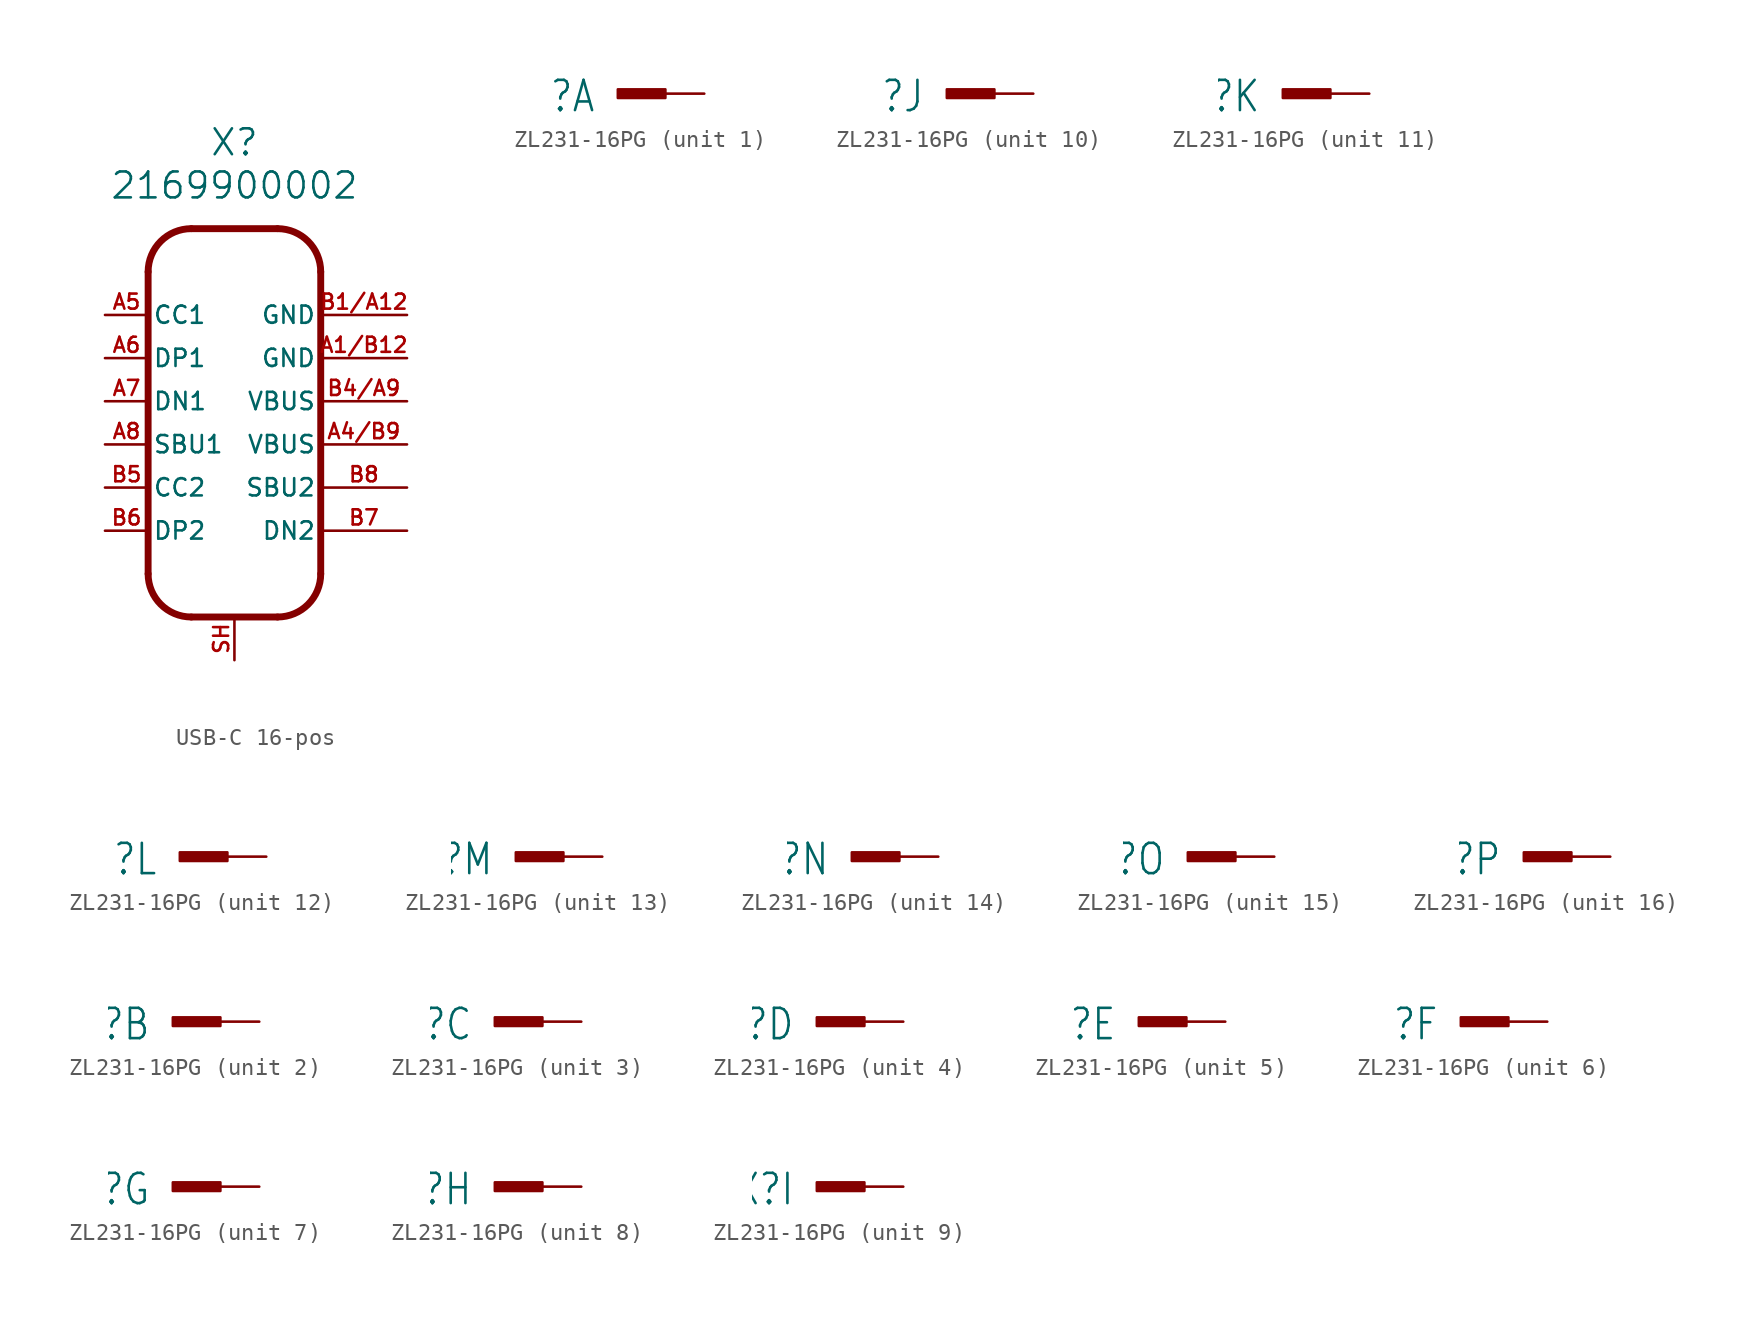
<source format=kicad_sym>
(kicad_symbol_lib
  (version 20220914)
  (generator kicad_symbol_editor)
  (symbol "USB-C 16-pos"
    (pin_names
      (offset 0.254))
    (property "Reference" "X"
      (at 0 15.24 0)
      (effects (font (size 1.524 1.524))))
    (property "Value" "2169900002"
      (at 0 12.7 0)
      (effects (font (size 1.524 1.524))))
    (symbol "USB-C 16-pos_1_1"
      (arc (start -5.0798 -10.1598) (mid -4.3359 -11.9559) (end -2.5398 -12.6998) (stroke (width 0.4064) (type default)) (fill (type none)))
      (arc (start -2.5398 10.1602) (mid -4.3359 9.4163) (end -5.0798 7.6202) (stroke (width 0.4064) (type default)) (fill (type none)))
      (polyline (pts (xy -5.08 7.62) (xy -5.08 -10.16)) (stroke (width 0.406) (type default)) (fill (type none)))
      (polyline (pts (xy -2.54 -12.7) (xy 2.54 -12.7)) (stroke (width 0.406) (type default)) (fill (type none)))
      (polyline (pts (xy -2.54 10.16) (xy 2.54 10.16)) (stroke (width 0.406) (type default)) (fill (type none)))
      (polyline (pts (xy 5.08 7.62) (xy 5.08 -10.16)) (stroke (width 0.406) (type default)) (fill (type none)))
      (arc (start 2.5398 -12.6998) (mid 4.3359 -11.9559) (end 5.0798 -10.1598) (stroke (width 0.4064) (type default)) (fill (type none)))
      (arc (start 5.0798 7.6198) (mid 4.3359 9.4159) (end 2.5398 10.1598) (stroke (width 0.4064) (type default)) (fill (type none)))
      (pin passive line (at 10.16 2.54 180) (length 5.08) (name "GND" (effects (font (size 1.016 1.016)))) (number "A1/B12" (effects (font (size 0.889 0.889)))))
      (pin passive line (at 10.16 -2.54 180) (length 5.08) (name "VBUS" (effects (font (size 1.016 1.016)))) (number "A4/B9" (effects (font (size 0.889 0.889)))))
      (pin bidirectional line (at -7.62 5.08 0) (length 2.54) (name "CC1" (effects (font (size 1.016 1.016)))) (number "A5" (effects (font (size 0.889 0.889)))))
      (pin bidirectional line (at -7.62 2.54 0) (length 2.54) (name "DP1" (effects (font (size 1.016 1.016)))) (number "A6" (effects (font (size 0.889 0.889)))))
      (pin bidirectional line (at -7.62 0 0) (length 2.54) (name "DN1" (effects (font (size 1.016 1.016)))) (number "A7" (effects (font (size 0.889 0.889)))))
      (pin bidirectional line (at -7.62 -2.54 0) (length 2.54) (name "SBU1" (effects (font (size 1.016 1.016)))) (number "A8" (effects (font (size 0.889 0.889)))))
      (pin passive line (at 10.16 5.08 180) (length 5.08) (name "GND" (effects (font (size 1.016 1.016)))) (number "B1/A12" (effects (font (size 0.889 0.889)))))
      (pin passive line (at 10.16 0 180) (length 5.08) (name "VBUS" (effects (font (size 1.016 1.016)))) (number "B4/A9" (effects (font (size 0.889 0.889)))))
      (pin bidirectional line (at -7.62 -5.08 0) (length 2.54) (name "CC2" (effects (font (size 1.016 1.016)))) (number "B5" (effects (font (size 0.889 0.889)))))
      (pin bidirectional line (at -7.62 -7.62 0) (length 2.54) (name "DP2" (effects (font (size 1.016 1.016)))) (number "B6" (effects (font (size 0.889 0.889)))))
      (pin bidirectional line (at 10.16 -7.62 180) (length 5.08) (name "DN2" (effects (font (size 1.016 1.016)))) (number "B7" (effects (font (size 0.889 0.889)))))
      (pin bidirectional line (at 10.16 -5.08 180) (length 5.08) (name "SBU2" (effects (font (size 1.016 1.016)))) (number "B8" (effects (font (size 0.889 0.889)))))
      (pin passive line (at 0 -15.24 90) (length 2.54) (name "SH" (effects (font (size 0 0)))) (number "SH" (effects (font (size 0.889 0.889)))))))
  (symbol "ZL231-16PG"
    (property "Reference" "X"
      (at -6.35 0.889 0)
      (effects (font (size 1.778 1.511)) (justify right top)))
    (property "ki_locked" ""
      (at 0 0 0)
      (effects (font (size 1.27 1.27))))
    (symbol "ZL231-16PG_1_0"
      (rectangle (start -5.08 -0.254) (end -2.286 0.254) (stroke (width 0) (type default)) (fill (type outline)))
      (pin passive line (at 0 0 180) (length 2.54) (name "1" (effects (font (size 0 0)))) (number "1" (effects (font (size 0 0))))))
    (symbol "ZL231-16PG_2_0"
      (rectangle (start -5.08 -0.254) (end -2.286 0.254) (stroke (width 0) (type default)) (fill (type outline)))
      (pin passive line (at 0 0 180) (length 2.54) (name "1" (effects (font (size 0 0)))) (number "2" (effects (font (size 0 0))))))
    (symbol "ZL231-16PG_3_0"
      (rectangle (start -5.08 -0.254) (end -2.286 0.254) (stroke (width 0) (type default)) (fill (type outline)))
      (pin passive line (at 0 0 180) (length 2.54) (name "1" (effects (font (size 0 0)))) (number "3" (effects (font (size 0 0))))))
    (symbol "ZL231-16PG_4_0"
      (rectangle (start -5.08 -0.254) (end -2.286 0.254) (stroke (width 0) (type default)) (fill (type outline)))
      (pin passive line (at 0 0 180) (length 2.54) (name "1" (effects (font (size 0 0)))) (number "4" (effects (font (size 0 0))))))
    (symbol "ZL231-16PG_5_0"
      (rectangle (start -5.08 -0.254) (end -2.286 0.254) (stroke (width 0) (type default)) (fill (type outline)))
      (pin passive line (at 0 0 180) (length 2.54) (name "1" (effects (font (size 0 0)))) (number "5" (effects (font (size 0 0))))))
    (symbol "ZL231-16PG_6_0"
      (rectangle (start -5.08 -0.254) (end -2.286 0.254) (stroke (width 0) (type default)) (fill (type outline)))
      (pin passive line (at 0 0 180) (length 2.54) (name "1" (effects (font (size 0 0)))) (number "6" (effects (font (size 0 0))))))
    (symbol "ZL231-16PG_7_0"
      (rectangle (start -5.08 -0.254) (end -2.286 0.254) (stroke (width 0) (type default)) (fill (type outline)))
      (pin passive line (at 0 0 180) (length 2.54) (name "1" (effects (font (size 0 0)))) (number "7" (effects (font (size 0 0))))))
    (symbol "ZL231-16PG_8_0"
      (rectangle (start -5.08 -0.254) (end -2.286 0.254) (stroke (width 0) (type default)) (fill (type outline)))
      (pin passive line (at 0 0 180) (length 2.54) (name "1" (effects (font (size 0 0)))) (number "8" (effects (font (size 0 0))))))
    (symbol "ZL231-16PG_9_0"
      (rectangle (start -5.08 -0.254) (end -2.286 0.254) (stroke (width 0) (type default)) (fill (type outline)))
      (pin passive line (at 0 0 180) (length 2.54) (name "1" (effects (font (size 0 0)))) (number "9" (effects (font (size 0 0))))))
    (symbol "ZL231-16PG_10_0"
      (rectangle (start -5.08 -0.254) (end -2.286 0.254) (stroke (width 0) (type default)) (fill (type outline)))
      (pin passive line (at 0 0 180) (length 2.54) (name "1" (effects (font (size 0 0)))) (number "10" (effects (font (size 0 0))))))
    (symbol "ZL231-16PG_11_0"
      (rectangle (start -5.08 -0.254) (end -2.286 0.254) (stroke (width 0) (type default)) (fill (type outline)))
      (pin passive line (at 0 0 180) (length 2.54) (name "1" (effects (font (size 0 0)))) (number "11" (effects (font (size 0 0))))))
    (symbol "ZL231-16PG_12_0"
      (rectangle (start -5.08 -0.254) (end -2.286 0.254) (stroke (width 0) (type default)) (fill (type outline)))
      (pin passive line (at 0 0 180) (length 2.54) (name "1" (effects (font (size 0 0)))) (number "12" (effects (font (size 0 0))))))
    (symbol "ZL231-16PG_13_0"
      (rectangle (start -5.08 -0.254) (end -2.286 0.254) (stroke (width 0) (type default)) (fill (type outline)))
      (pin passive line (at 0 0 180) (length 2.54) (name "1" (effects (font (size 0 0)))) (number "13" (effects (font (size 0 0))))))
    (symbol "ZL231-16PG_14_0"
      (rectangle (start -5.08 -0.254) (end -2.286 0.254) (stroke (width 0) (type default)) (fill (type outline)))
      (pin passive line (at 0 0 180) (length 2.54) (name "1" (effects (font (size 0 0)))) (number "14" (effects (font (size 0 0))))))
    (symbol "ZL231-16PG_15_0"
      (rectangle (start -5.08 -0.254) (end -2.286 0.254) (stroke (width 0) (type default)) (fill (type outline)))
      (pin passive line (at 0 0 180) (length 2.54) (name "1" (effects (font (size 0 0)))) (number "15" (effects (font (size 0 0))))))
    (symbol "ZL231-16PG_16_0"
      (rectangle (start -5.08 -0.254) (end -2.286 0.254) (stroke (width 0) (type default)) (fill (type outline)))
      (pin passive line (at 0 0 180) (length 2.54) (name "1" (effects (font (size 0 0)))) (number "16" (effects (font (size 0 0))))))))
</source>
